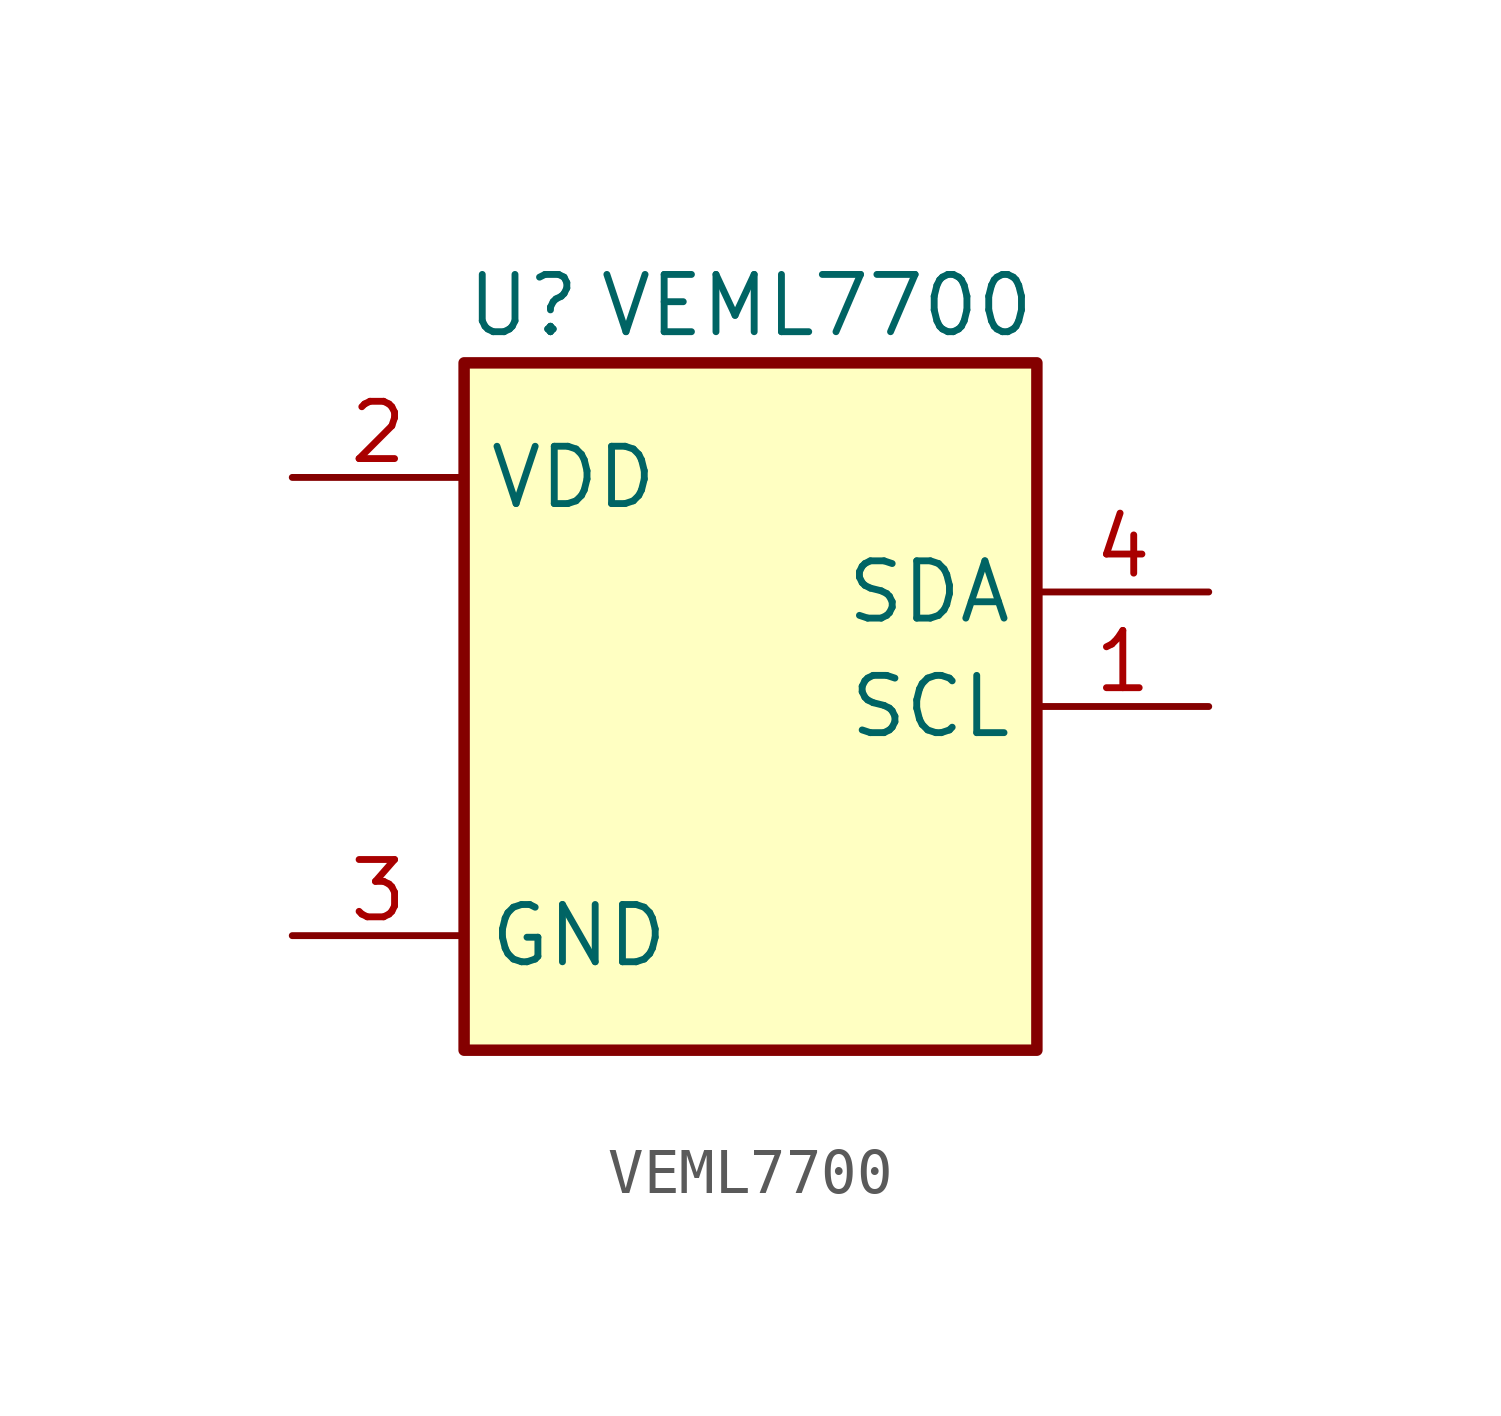
<source format=kicad_sym>
(kicad_symbol_lib
  (version 20211014)
  (generator kicad_symbol_editor)
  (symbol "VEML7700"
    (property "Reference" "U"
      (at -6.35 8.89 0)
      (effects (font (size 1.27 1.27)) (justify left)))
    (property "Value" "VEML7700"
      (at 6.35 8.89 0)
      (effects (font (size 1.27 1.27)) (justify right)))
    (symbol "VEML7700_0_1"
      (rectangle (start -6.35 7.62) (end 6.35 -7.62) (stroke (width 0.254) (type default) (color 0 0 0 0)) (fill (type background))))
    (symbol "VEML7700_1_1"
      (pin input line (at 10.16 0 180) (length 3.81) (name "SCL" (effects (font (size 1.27 1.27)))) (number "1" (effects (font (size 1.27 1.27)))))
      (pin power_in line (at -10.16 5.08 0) (length 3.81) (name "VDD" (effects (font (size 1.27 1.27)))) (number "2" (effects (font (size 1.27 1.27)))))
      (pin power_in line (at -10.16 -5.08 0) (length 3.81) (name "GND" (effects (font (size 1.27 1.27)))) (number "3" (effects (font (size 1.27 1.27)))))
      (pin bidirectional line (at 10.16 2.54 180) (length 3.81) (name "SDA" (effects (font (size 1.27 1.27)))) (number "4" (effects (font (size 1.27 1.27))))))))
</source>
